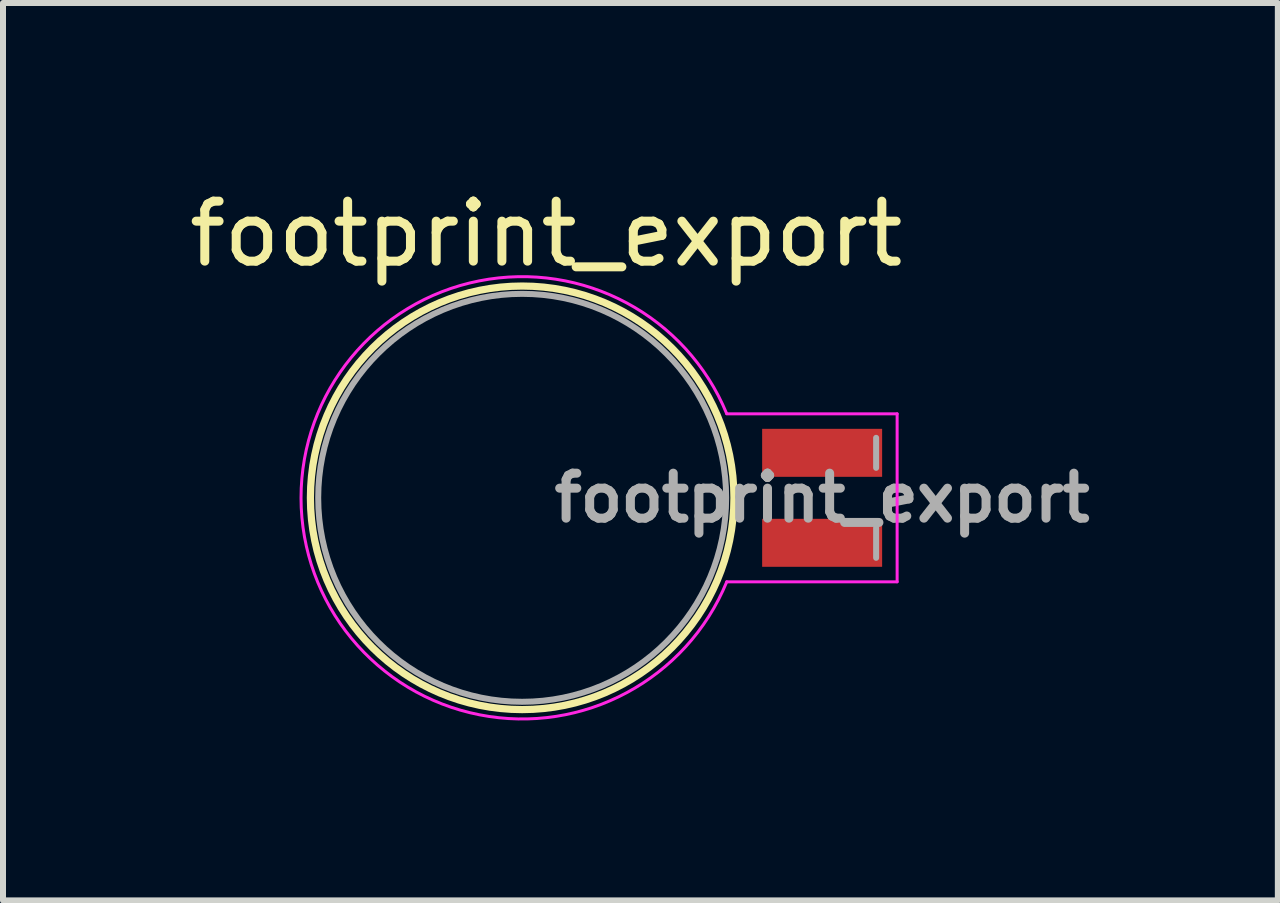
<source format=kicad_pcb>
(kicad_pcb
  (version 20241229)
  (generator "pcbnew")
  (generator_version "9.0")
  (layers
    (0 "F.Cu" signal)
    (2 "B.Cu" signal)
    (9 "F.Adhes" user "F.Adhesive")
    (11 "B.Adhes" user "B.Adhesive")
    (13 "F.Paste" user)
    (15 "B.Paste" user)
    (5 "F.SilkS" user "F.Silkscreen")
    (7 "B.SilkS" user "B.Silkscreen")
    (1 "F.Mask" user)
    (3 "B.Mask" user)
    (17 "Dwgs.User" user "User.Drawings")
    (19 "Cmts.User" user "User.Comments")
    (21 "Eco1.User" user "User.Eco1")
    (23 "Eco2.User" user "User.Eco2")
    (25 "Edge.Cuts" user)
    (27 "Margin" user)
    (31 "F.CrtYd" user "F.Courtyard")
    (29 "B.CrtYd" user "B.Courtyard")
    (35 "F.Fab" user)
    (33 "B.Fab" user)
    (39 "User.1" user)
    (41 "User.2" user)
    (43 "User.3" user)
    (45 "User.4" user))
  (footprint "footprint_export"
    (layer "F.Cu")
    (at 10.654 5.248)
    (property "Reference" "footprint_export" (at -4.6 -4.4 0) (layer "F.SilkS") (effects (font (size 1 1) (thickness 0.15))))
    (attr smd)
    (fp_circle (center -5 0) (end -1.47 0) (stroke (width 0.12) (type solid)) (fill no) (layer "F.SilkS"))
    (fp_line (start -1.59 -1.4) (end 1.25 -1.4) (stroke (width 0.05) (type solid)) (layer "F.CrtYd"))
    (fp_line (start 1.25 -1.4) (end 1.25 1.4) (stroke (width 0.05) (type solid)) (layer "F.CrtYd"))
    (fp_line (start 1.25 1.4) (end -1.59 1.4) (stroke (width 0.05) (type solid)) (layer "F.CrtYd"))
    (fp_arc (start -1.59 1.4) (mid -8.686204 0.001869) (end -1.591421 -1.403457) (stroke (width 0.05) (type solid)) (layer "F.CrtYd"))
    (fp_line (start 0.9 -1) (end 0.9 -0.5) (stroke (width 0.1) (type solid)) (layer "F.Fab"))
    (fp_line (start 0.9 0.5) (end 0.9 1) (stroke (width 0.1) (type solid)) (layer "F.Fab"))
    (fp_circle (center -5 0) (end -1.6 0) (stroke (width 0.1) (type solid)) (fill no) (layer "F.Fab"))
    (fp_text user "${REFERENCE}" (at 0 0 0) (layer "F.Fab") (effects (font (size 0.75 0.75) (thickness 0.15))))
    (pad "1" smd rect (at 0 -0.75) (size 2 0.8) (layers "F.Cu" "F.Mask" "F.Paste"))
    (pad "2" smd rect (at 0 0.75) (size 2 0.8) (layers "F.Cu" "F.Mask" "F.Paste")))
  (gr_rect
    (start -3 -3)
    (end 18.25 11.959)
    (stroke (width 0.1) (type default))
    (fill no)
    (layer "Edge.Cuts")))
</source>
